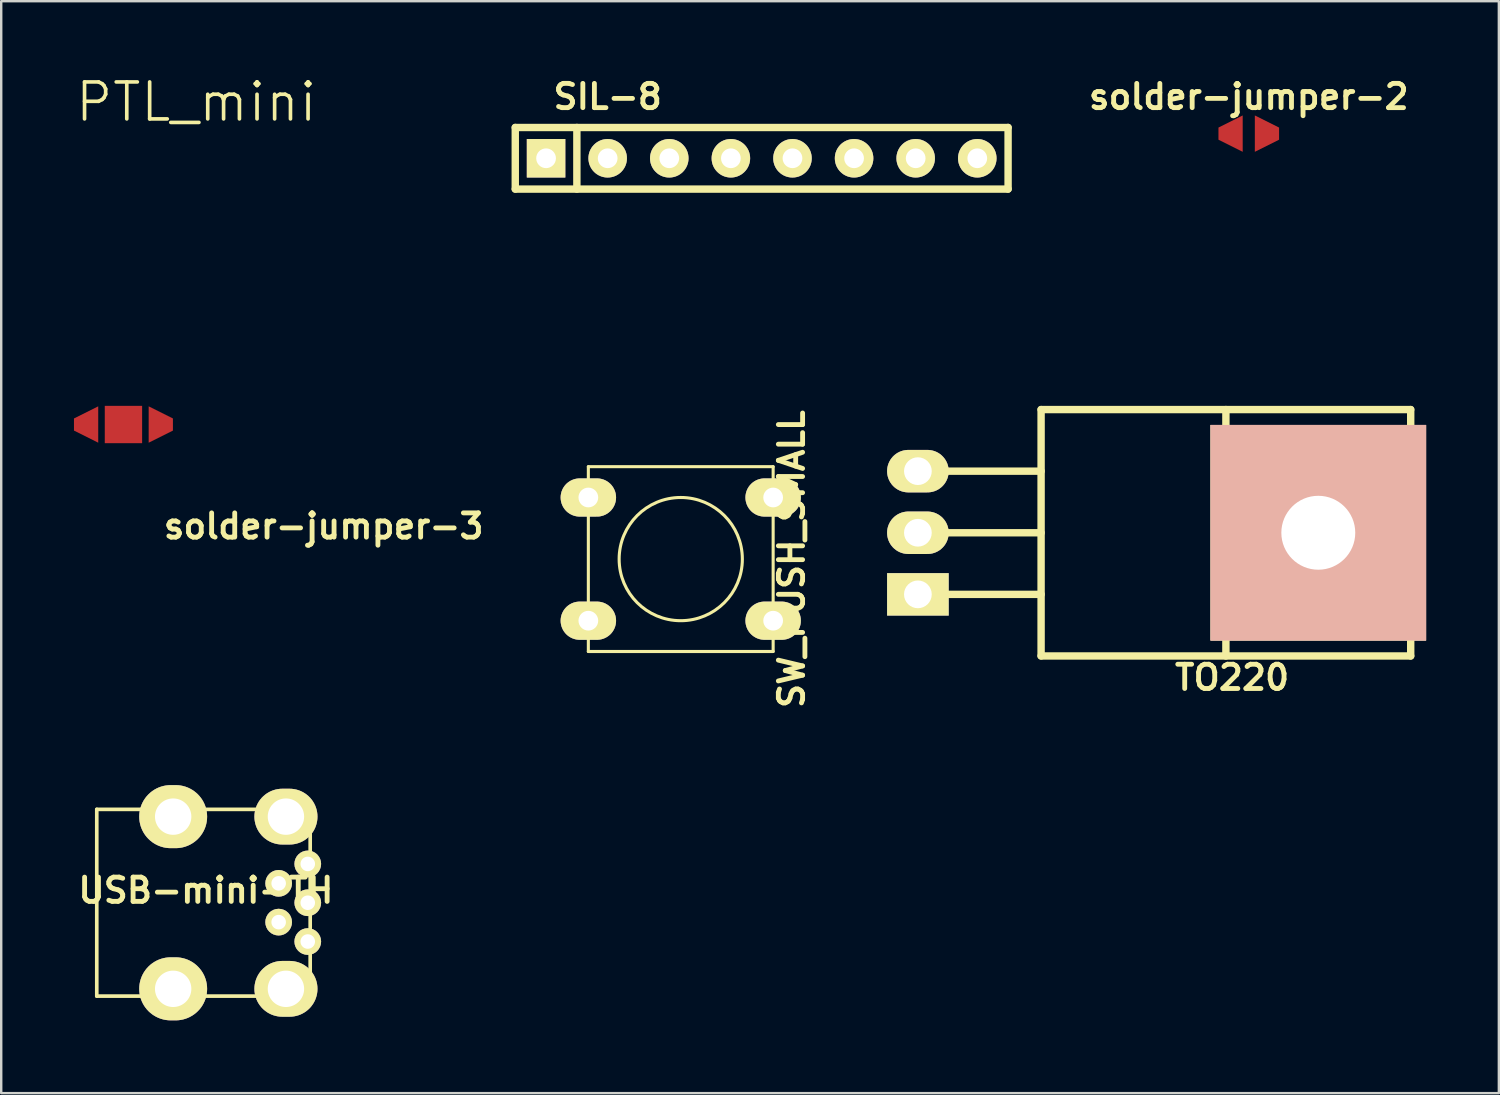
<source format=kicad_pcb>
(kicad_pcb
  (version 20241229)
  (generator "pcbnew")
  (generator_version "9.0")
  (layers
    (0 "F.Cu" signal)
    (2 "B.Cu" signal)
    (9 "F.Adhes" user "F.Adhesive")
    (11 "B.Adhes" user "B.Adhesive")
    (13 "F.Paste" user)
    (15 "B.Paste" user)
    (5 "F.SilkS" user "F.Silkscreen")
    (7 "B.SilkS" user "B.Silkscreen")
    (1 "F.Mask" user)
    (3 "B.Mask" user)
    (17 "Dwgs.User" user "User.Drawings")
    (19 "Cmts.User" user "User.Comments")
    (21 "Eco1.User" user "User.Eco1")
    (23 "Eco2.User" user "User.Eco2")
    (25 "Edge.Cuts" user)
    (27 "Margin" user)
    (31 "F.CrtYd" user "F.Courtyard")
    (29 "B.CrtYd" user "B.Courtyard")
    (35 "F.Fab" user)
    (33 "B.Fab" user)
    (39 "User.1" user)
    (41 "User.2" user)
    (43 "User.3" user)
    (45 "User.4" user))
  (footprint "USB-mini-TH"
    (layer "F.Cu")
    (at 8.74 34.172)
    (property "Reference" "USB-mini-TH" (at -3.302 -0.508 0) (layer "F.SilkS") (effects (font (size 1 1) (thickness 0.2))))
    (attr through_hole)
    (fp_line (start -7.8 -3.85) (end -7.8 3.85) (stroke (width 0.15) (type solid)) (layer "F.SilkS"))
    (fp_line (start -7.8 -3.85) (end 1 -3.85) (stroke (width 0.15) (type solid)) (layer "F.SilkS"))
    (fp_line (start -7.8 3.85) (end 1 3.85) (stroke (width 0.15) (type solid)) (layer "F.SilkS"))
    (fp_line (start 1 3.85) (end 1 -3.85) (stroke (width 0.15) (type solid)) (layer "F.SilkS"))
    (pad "" thru_hole oval (at -4.65 -3.55) (size 2.8 2.6) (drill 1.5) (layers "*.Cu" "*.Mask" "F.SilkS"))
    (pad "" thru_hole oval (at -4.65 3.55) (size 2.8 2.6) (drill 1.5) (layers "*.Cu" "*.Mask" "F.SilkS"))
    (pad "" thru_hole oval (at 0 -3.55) (size 2.6 2.3) (drill 1.5) (layers "*.Cu" "*.Mask" "F.SilkS"))
    (pad "" thru_hole oval (at 0 3.55) (size 2.6 2.3) (drill 1.5) (layers "*.Cu" "*.Mask" "F.SilkS"))
    (pad "1" thru_hole circle (at 0.9 -1.6) (size 1.1 1.1) (drill 0.6) (layers "*.Cu" "*.Mask" "F.SilkS"))
    (pad "2" thru_hole circle (at -0.3 -0.8) (size 1.1 1.1) (drill 0.6) (layers "*.Cu" "*.Mask" "F.SilkS"))
    (pad "3" thru_hole circle (at 0.9 0) (size 1.1 1.1) (drill 0.6) (layers "*.Cu" "*.Mask" "F.SilkS"))
    (pad "4" thru_hole circle (at -0.3 0.8) (size 1.1 1.1) (drill 0.6) (layers "*.Cu" "*.Mask" "F.SilkS"))
    (pad "5" thru_hole circle (at 0.9 1.6) (size 1.1 1.1) (drill 0.6) (layers "*.Cu" "*.Mask" "F.SilkS")))
  (footprint "SIL-8"
    (layer "F.Cu")
    (at 28.356 3.476)
    (property "Reference" "SIL-8" (at -6.35 -2.54 0) (layer "F.SilkS") (effects (font (size 1 1) (thickness 0.2))))
    (attr through_hole)
    (fp_line (start -10.16 -1.27) (end 10.16 -1.27) (stroke (width 0.305) (type solid)) (layer "F.SilkS"))
    (fp_line (start -10.16 1.27) (end -10.16 -1.27) (stroke (width 0.305) (type solid)) (layer "F.SilkS"))
    (fp_line (start -7.62 1.27) (end -7.62 -1.27) (stroke (width 0.305) (type solid)) (layer "F.SilkS"))
    (fp_line (start 10.16 -1.27) (end 10.16 1.27) (stroke (width 0.305) (type solid)) (layer "F.SilkS"))
    (fp_line (start 10.16 1.27) (end -10.16 1.27) (stroke (width 0.305) (type solid)) (layer "F.SilkS"))
    (pad "1" thru_hole rect (at -8.89 0) (size 1.588 1.588) (drill 0.813) (layers "*.Cu" "*.Mask" "F.SilkS"))
    (pad "2" thru_hole circle (at -6.35 0) (size 1.588 1.588) (drill 0.813) (layers "*.Cu" "*.Mask" "F.SilkS"))
    (pad "3" thru_hole circle (at -3.81 0) (size 1.588 1.588) (drill 0.813) (layers "*.Cu" "*.Mask" "F.SilkS"))
    (pad "4" thru_hole circle (at -1.27 0) (size 1.588 1.588) (drill 0.813) (layers "*.Cu" "*.Mask" "F.SilkS"))
    (pad "5" thru_hole circle (at 1.27 0) (size 1.588 1.588) (drill 0.813) (layers "*.Cu" "*.Mask" "F.SilkS"))
    (pad "6" thru_hole circle (at 3.81 0) (size 1.588 1.588) (drill 0.813) (layers "*.Cu" "*.Mask" "F.SilkS"))
    (pad "7" thru_hole circle (at 6.35 0) (size 1.588 1.588) (drill 0.813) (layers "*.Cu" "*.Mask" "F.SilkS"))
    (pad "8" thru_hole circle (at 8.89 0) (size 1.588 1.588) (drill 0.813) (layers "*.Cu" "*.Mask" "F.SilkS")))
  (footprint "solder-jumper-2"
    (layer "F.Cu")
    (at 48.44 2.46)
    (property "Reference" "solder-jumper-2" (at 0 -1.524 0) (layer "F.SilkS") (effects (font (size 1 1) (thickness 0.2))))
    (attr through_hole)
    (pad "1" smd trapezoid (at -0.75 0) (size 1 1) (rect_delta -0.5 0) (layers "F.Cu" "F.Mask" "F.Paste"))
    (pad "2" smd trapezoid (at 0.75 0) (size 1 1) (rect_delta 0.5 0) (layers "F.Cu" "F.Mask" "F.Paste")))
  (footprint "PTL_mini"
    (layer "F.Cu")
    (at 5.044 1.155)
    (property "Reference" "PTL_mini" (at 0 0 0) (layer "F.SilkS") (effects (font (size 1.524 1.524) (thickness 0.15))))
    (attr through_hole)
    (fp_poly (pts (xy 7.39 8.546) (xy 7.725 8.291) (xy 7.307 7.871) (xy 7.014 8.165)) (stroke (width 0.00012) (type solid)) (fill yes) (layer "F.Mask"))
    (fp_poly (pts (xy 9.873 5.306) (xy 9.92 5.402) (xy 9.976 5.402) (xy 10 5.179)) (stroke (width 0.00012) (type solid)) (fill yes) (layer "F.Mask"))
    (fp_poly (pts (xy 7.19 9.333) (xy 7.186 8.677) (xy 7.268 8.626) (xy 6.913 8.266) (xy 6.511 8.668)) (stroke (width 0.00012) (type solid)) (fill yes) (layer "F.Mask"))
    (fp_poly (pts (xy 7.241 5.101) (xy 7.49 4.852) (xy 8.485 5.847) (xy 9.48 4.852) (xy 9.729 5.101) (xy 8.485 6.345)) (stroke (width 0.00012) (type solid)) (fill yes) (layer "F.Mask"))
    (fp_poly (pts (xy 5.606 3.674) (xy 5.753 3.751) (xy 5.89 3.843) (xy 6.016 3.949) (xy 6.129 4.069) (xy 8.072 2.065) (xy 7.917 1.911) (xy 8.112 1.091)) (stroke (width 0.00012) (type solid)) (fill yes) (layer "F.Mask"))
    (fp_poly (pts (xy 6.395 6.444) (xy 5.897 6.942) (xy 5.648 6.693) (xy 6.892 5.449) (xy 7.141 5.698) (xy 6.644 6.195) (xy 7.639 7.19) (xy 7.39 7.439)) (stroke (width 0.00012) (type solid)) (fill yes) (layer "F.Mask"))
    (fp_poly (pts (xy 6.456 4.809) (xy 8.805 2.394) (xy 8.393 2.441) (xy 8.17 2.17) (xy 6.216 4.184) (xy 6.302 4.327) (xy 6.371 4.479) (xy 6.423 4.64)) (stroke (width 0.00012) (type solid)) (fill yes) (layer "F.Mask"))
    (fp_poly (pts (xy 5.009 3.546) (xy 5.126 3.551) (xy 5.241 3.565) (xy 5.353 3.587) (xy 5.461 3.618) (xy 7.998 1.003) (xy 7.61 0.76) (xy 4.902 3.552) (xy 4.929 3.55) (xy 4.955 3.548) (xy 4.982 3.547)) (stroke (width 0.00012) (type solid)) (fill yes) (layer "F.Mask"))
    (fp_poly (pts (xy 4.056 8.285) (xy 5.3 7.041) (xy 6.046 7.788) (xy 5.051 8.783) (xy 4.802 8.534) (xy 5.549 7.788) (xy 5.3 7.539) (xy 4.554 8.285) (xy 4.802 8.534) (xy 5.051 8.783) (xy 5.549 9.28) (xy 5.3 9.529)) (stroke (width 0.00012) (type solid)) (fill yes) (layer "F.Mask"))
    (fp_poly (pts (xy 7.215 4.696) (xy 9.353 2.558) (xy 9.249 2.343) (xy 9.03 2.368) (xy 6.471 4.999) (xy 6.471 5.004) (xy 6.471 5.006) (xy 6.471 5.008) (xy 6.464 5.147) (xy 6.445 5.283) (xy 6.413 5.414) (xy 6.371 5.54)) (stroke (width 0.00012) (type solid)) (fill yes) (layer "F.Mask"))
    (fp_poly (pts (xy 7.97 8.334) (xy 8.514 8.527) (xy 7.789 7.779) (xy 7.763 7.791) (xy 7.737 7.8) (xy 7.709 7.805) (xy 7.681 7.806) (xy 7.621 7.799) (xy 7.567 7.776) (xy 7.521 7.741) (xy 7.484 7.695) (xy 7.465 7.714) (xy 7.409 7.77)) (stroke (width 0.00012) (type solid)) (fill yes) (layer "F.Mask"))
    (fp_poly (pts (xy 8.12 7.313) (xy 8.174 7.302) (xy 8.218 7.271) (xy 8.247 7.226) (xy 8.258 7.17) (xy 8.25 7.121) (xy 8.227 7.079) (xy 8.192 7.048) (xy 8.149 7.03) (xy 7.985 7.194) (xy 8.001 7.241) (xy 8.031 7.279) (xy 8.072 7.304)) (stroke (width 0.00012) (type solid)) (fill yes) (layer "F.Mask"))
    (fp_poly (pts (xy 7.916 7.565) (xy 7.915 7.594) (xy 7.909 7.623) (xy 7.901 7.65) (xy 7.889 7.677) (xy 8.645 8.456) (xy 9.255 7.68) (xy 9.152 7.518) (xy 8.77 7.911) (xy 8.28 7.406) (xy 8.243 7.428) (xy 8.204 7.444) (xy 8.162 7.454) (xy 8.12 7.458) (xy 8.043 7.447) (xy 7.974 7.415) (xy 7.917 7.367) (xy 7.874 7.305) (xy 7.859 7.32) (xy 7.828 7.351) (xy 7.813 7.366) (xy 7.855 7.403) (xy 7.888 7.45) (xy 7.909 7.505)) (stroke (width 0.00012) (type solid)) (fill yes) (layer "F.Mask"))
    (fp_poly (pts (xy 9.66 5.752) (xy 9.625 5.75) (xy 9.591 5.743) (xy 9.558 5.732) (xy 9.526 5.715) (xy 8.314 6.964) (xy 8.351 7.008) (xy 8.378 7.058) (xy 8.395 7.112) (xy 8.401 7.17) (xy 8.399 7.202) (xy 8.394 7.233) (xy 8.385 7.264) (xy 8.372 7.294) (xy 8.38 7.302) (xy 8.387 7.31) (xy 8.395 7.317) (xy 8.402 7.325) (xy 8.824 6.89) (xy 9.064 6.293) (xy 9.497 6.197) (xy 9.831 5.853) (xy 9.927 5.853) (xy 9.96 5.547) (xy 9.92 5.547) (xy 9.883 5.63) (xy 9.825 5.695) (xy 9.748 5.738)) (stroke (width 0.00012) (type solid)) (fill yes) (layer "F.Mask"))
    (fp_poly (pts (xy 1.996 7.119) (xy 1.893 7.144) (xy 1.804 7.126) (xy 1.733 7.077) (xy 1.684 7.006) (xy 1.666 6.917) (xy 1.684 6.83) (xy 1.733 6.758) (xy 1.804 6.709) (xy 1.893 6.691) (xy 1.981 6.709) (xy 2.052 6.758) (xy 2.101 6.83) (xy 2.119 6.917) (xy 2.113 6.968) (xy 2.096 7.016) (xy 3.516 8.395) (xy 3.983 7.928) (xy 1.963 5.912) (xy 1.928 5.929) (xy 1.892 5.941) (xy 1.853 5.948) (xy 1.814 5.951) (xy 1.696 5.927) (xy 1.6 5.861) (xy 1.534 5.765) (xy 1.51 5.647) (xy 1.534 5.528) (xy 1.6 5.431) (xy 1.696 5.366) (xy 1.814 5.342) (xy 1.933 5.366) (xy 2.03 5.431) (xy 2.095 5.528) (xy 2.119 5.647) (xy 2.115 5.691) (xy 2.106 5.734) (xy 2.09 5.775) (xy 2.067 5.814) (xy 4.084 7.827) (xy 4.373 7.538) (xy 3.377 6.552) (xy 3.339 6.575) (xy 3.3 6.592) (xy 3.258 6.602) (xy 3.215 6.607) (xy 3.209 6.607) (xy 3.095 6.583) (xy 3.001 6.519) (xy 2.936 6.423) (xy 2.911 6.306) (xy 2.915 6.246) (xy 2.931 6.189) (xy 2.957 6.136) (xy 2.993 6.089) (xy 3.038 6.05) (xy 3.089 6.02) (xy 3.144 6.001) (xy 3.203 5.994) (xy 3.209 5.994) (xy 3.323 6.018) (xy 3.418 6.082) (xy 3.482 6.177) (xy 3.507 6.294) (xy 3.506 6.334) (xy 3.499 6.372) (xy 3.488 6.409) (xy 3.472 6.444) (xy 4.474 7.437) (xy 4.688 7.223) (xy 4.607 7.201) (xy 4.542 7.152) (xy 4.498 7.084) (xy 4.481 7.002) (xy 4.497 6.913) (xy 4.543 6.84) (xy 4.612 6.789) (xy 4.698 6.77) (xy 4.784 6.787) (xy 4.855 6.833) (xy 4.904 6.902) (xy 4.924 6.987) (xy 5.543 6.368) (xy 5.416 6.412) (xy 5.285 6.443) (xy 5.149 6.463) (xy 5.009 6.47) (xy 4.872 6.464) (xy 4.739 6.445) (xy 4.609 6.414) (xy 4.485 6.373) (xy 4.365 6.321) (xy 4.252 6.258) (xy 4.145 6.187) (xy 4.045 6.106) (xy 3.952 6.017) (xy 3.868 5.92) (xy 3.792 5.816) (xy 3.725 5.705) (xy 3.669 5.589) (xy 3.622 5.466) (xy 3.587 5.339) (xy 3.562 5.208) (xy 3.329 5.219) (xy 3.302 5.269) (xy 3.264 5.308) (xy 3.215 5.333) (xy 3.161 5.341) (xy 3.09 5.327) (xy 3.032 5.287) (xy 2.993 5.227) (xy 2.979 5.155) (xy 2.993 5.082) (xy 3.032 5.022) (xy 3.09 4.982) (xy 3.161 4.967) (xy 3.212 4.975) (xy 3.258 4.997) (xy 3.296 5.031) (xy 3.324 5.076) (xy 3.55 5.064) (xy 3.547 5.008) (xy 3.55 4.917) (xy 3.558 4.827) (xy 3.572 4.739) (xy 3.591 4.653) (xy 3.615 4.569) (xy 3.644 4.487) (xy 3.677 4.407) (xy 3.715 4.329) (xy 3.599 4.335) (xy 3.569 4.392) (xy 3.523 4.436) (xy 3.467 4.464) (xy 3.404 4.474) (xy 3.323 4.457) (xy 3.256 4.412) (xy 3.211 4.344) (xy 3.195 4.261) (xy 3.211 4.177) (xy 3.256 4.109) (xy 3.323 4.063) (xy 3.404 4.046) (xy 3.469 4.057) (xy 3.525 4.086) (xy 3.571 4.132) (xy 3.602 4.19) (xy 3.804 4.181) (xy 3.974 3.977) (xy 4.072 3.887) (xy 4.177 3.807) (xy 4.29 3.736) (xy 4.41 3.676) (xy 4.535 3.626) (xy 4.666 3.588) (xy 7.486 0.682) (xy 7.18 0.491) (xy 7.114 0.543) (xy 4.013 3.741) (xy 2.806 3.8) (xy 2.769 3.882) (xy 2.71 3.946) (xy 2.634 3.988) (xy 2.547 4.003) (xy 2.442 3.982) (xy 2.357 3.922) (xy 2.299 3.835) (xy 2.278 3.727) (xy 2.299 3.62) (xy 2.357 3.532) (xy 2.442 3.473) (xy 2.547 3.452) (xy 2.635 3.466) (xy 2.711 3.508) (xy 2.769 3.572) (xy 2.806 3.655) (xy 3.95 3.599) (xy 6.461 1.01) (xy 6.084 0.891) (xy 4.023 3.016) (xy 4.033 3.041) (xy 4.04 3.066) (xy 4.045 3.092) (xy 4.046 3.119) (xy 4.028 3.212) (xy 3.978 3.289) (xy 3.903 3.34) (xy 3.812 3.359) (xy 3.721 3.34) (xy 3.647 3.289) (xy 3.596 3.212) (xy 3.578 3.119) (xy 3.596 3.025) (xy 3.647 2.949) (xy 3.721 2.897) (xy 3.812 2.878) (xy 3.841 2.88) (xy 3.87 2.886) (xy 3.898 2.896) (xy 3.925 2.909) (xy 5.922 0.852) (xy 5.627 0.795) (xy 5.584 0.685) (xy 3.764 2.561) (xy 3.751 2.561) (xy 3.014 2.585) (xy 2.983 2.64) (xy 2.938 2.682) (xy 2.884 2.709) (xy 2.822 2.718) (xy 2.742 2.702) (xy 2.676 2.656) (xy 2.631 2.588) (xy 2.615 2.506) (xy 2.631 2.423) (xy 2.676 2.355) (xy 2.742 2.309) (xy 2.822 2.293) (xy 2.888 2.303) (xy 2.945 2.334) (xy 2.99 2.381) (xy 3.02 2.441) (xy 3.702 2.419) (xy 5.527 0.538) (xy 5.371 0.141) (xy 3.613 1.953) (xy 3.6 1.953) (xy 2.427 1.971) (xy 2.394 2.021) (xy 2.351 2.058) (xy 2.299 2.082) (xy 2.241 2.091) (xy 2.16 2.074) (xy 2.094 2.028) (xy 2.05 1.96) (xy 2.033 1.878) (xy 2.05 1.795) (xy 2.094 1.727) (xy 2.16 1.682) (xy 2.241 1.665) (xy 2.303 1.675) (xy 2.358 1.702) (xy 2.402 1.744) (xy 2.434 1.8) (xy 3.541 1.782) (xy 5.271 0) (xy 4.213 0.049) (xy 3.966 0.873) (xy 3.706 0.945) (xy 3.453 1.034) (xy 3.208 1.137) (xy 2.971 1.255) (xy 2.244 0.803) (xy 1.392 1.504) (xy 1.687 2.313) (xy 1.577 2.453) (xy 1.473 2.598) (xy 1.376 2.747) (xy 1.284 2.9) (xy 0.426 2.903) (xy 0.076 3.95) (xy 0.756 4.478) (xy 0.741 4.611) (xy 0.73 4.745) (xy 0.724 4.881) (xy 0.721 5.017) (xy 0.721 5.06) (xy 0.722 5.103) (xy 0.724 5.146) (xy 0.726 5.19) (xy 0 5.647) (xy 0.259 6.72) (xy 1.115 6.807) (xy 1.193 6.968) (xy 1.278 7.125) (xy 1.37 7.278) (xy 1.467 7.427) (xy 1.095 8.199) (xy 1.884 8.971) (xy 2.656 8.591) (xy 3.078 8.833) (xy 3.415 8.496)) (stroke (width 0.00012) (type solid)) (fill yes) (layer "F.Mask")))
  (footprint "SW_PUSH_SMALL"
    (layer "F.Cu")
    (at 25.019 20.003)
    (property "Reference" "SW_PUSH_SMALL" (at 4.572 0 90) (layer "F.SilkS") (effects (font (size 1 1) (thickness 0.2))))
    (attr through_hole)
    (fp_line (start -3.81 -3.81) (end -3.81 3.81) (stroke (width 0.127) (type solid)) (layer "F.SilkS"))
    (fp_line (start -3.81 -3.81) (end 3.81 -3.81) (stroke (width 0.127) (type solid)) (layer "F.SilkS"))
    (fp_line (start 3.81 -3.81) (end 3.81 3.81) (stroke (width 0.127) (type solid)) (layer "F.SilkS"))
    (fp_line (start 3.81 3.81) (end -3.81 3.81) (stroke (width 0.127) (type solid)) (layer "F.SilkS"))
    (fp_circle (center 0 0) (end 0 -2.54) (stroke (width 0.127) (type solid)) (fill no) (layer "F.SilkS"))
    (pad "1" thru_hole oval (at -3.81 -2.54) (size 2.286 1.575) (drill 0.813) (layers "*.Cu" "*.Mask" "F.SilkS"))
    (pad "1" thru_hole oval (at 3.81 -2.54) (size 2.286 1.575) (drill 0.813) (layers "*.Cu" "*.Mask" "F.SilkS"))
    (pad "2" thru_hole oval (at -3.81 2.54) (size 2.286 1.575) (drill 0.813) (layers "*.Cu" "*.Mask" "F.SilkS"))
    (pad "2" thru_hole oval (at 3.81 2.54) (size 2.286 1.575) (drill 0.813) (layers "*.Cu" "*.Mask" "F.SilkS")))
  (footprint "solder-jumper-3"
    (layer "F.Cu")
    (at 2.04 14.454)
    (property "Reference" "solder-jumper-3" (at 8.255 4.191 0) (layer "F.SilkS") (effects (font (size 1 1) (thickness 0.2))))
    (attr through_hole)
    (pad "1" smd trapezoid (at -1.54 0) (size 1 1) (rect_delta -0.5 0) (layers "F.Cu" "F.Mask" "F.Paste"))
    (pad "2" smd rect (at 0 0) (size 1.54 1.54) (layers "F.Cu" "F.Mask" "F.Paste"))
    (pad "3" smd trapezoid (at 1.54 0) (size 1 1) (rect_delta 0.5 0) (layers "F.Cu" "F.Mask" "F.Paste")))
  (footprint "TO220"
    (layer "F.Cu")
    (at 34.797 18.917)
    (property "Reference" "TO220" (at 12.954 5.969 0) (layer "F.SilkS") (effects (font (size 1 1) (thickness 0.2))))
    (attr through_hole)
    (fp_line (start 0 -2.54) (end 5.08 -2.54) (stroke (width 0.305) (type solid)) (layer "F.SilkS"))
    (fp_line (start 0 0) (end 5.08 0) (stroke (width 0.305) (type solid)) (layer "F.SilkS"))
    (fp_line (start 0 2.54) (end 5.08 2.54) (stroke (width 0.305) (type solid)) (layer "F.SilkS"))
    (fp_line (start 5.08 -5.08) (end 5.08 5.08) (stroke (width 0.305) (type solid)) (layer "F.SilkS"))
    (fp_line (start 5.08 5.08) (end 20.32 5.08) (stroke (width 0.305) (type solid)) (layer "F.SilkS"))
    (fp_line (start 12.7 3.81) (end 12.7 -5.08) (stroke (width 0.305) (type solid)) (layer "F.SilkS"))
    (fp_line (start 12.7 3.81) (end 12.7 5.08) (stroke (width 0.305) (type solid)) (layer "F.SilkS"))
    (fp_line (start 20.32 -5.08) (end 5.08 -5.08) (stroke (width 0.305) (type solid)) (layer "F.SilkS"))
    (fp_line (start 20.32 5.08) (end 20.32 -5.08) (stroke (width 0.305) (type solid)) (layer "F.SilkS"))
    (pad "1" thru_hole rect (at 0 2.54) (size 2.54 1.75) (drill 1.143) (layers "*.Cu" "*.Mask" "F.SilkS"))
    (pad "2" thru_hole oval (at 0 -2.54) (size 2.54 1.75) (drill 1.143) (layers "*.Cu" "*.Mask" "F.SilkS"))
    (pad "3" thru_hole oval (at 0 0) (size 2.54 1.75) (drill 1.143) (layers "*.Cu" "*.Mask" "F.SilkS"))
    (pad "4" thru_hole rect (at 16.51 0) (size 8.89 8.89) (drill 3.048) (layers "*.Cu" "*.SilkS" "*.Mask")))
  (gr_rect
    (start -3 -3)
    (end 58.752 42.022)
    (stroke (width 0.1) (type default))
    (fill no)
    (layer "Edge.Cuts")))
</source>
